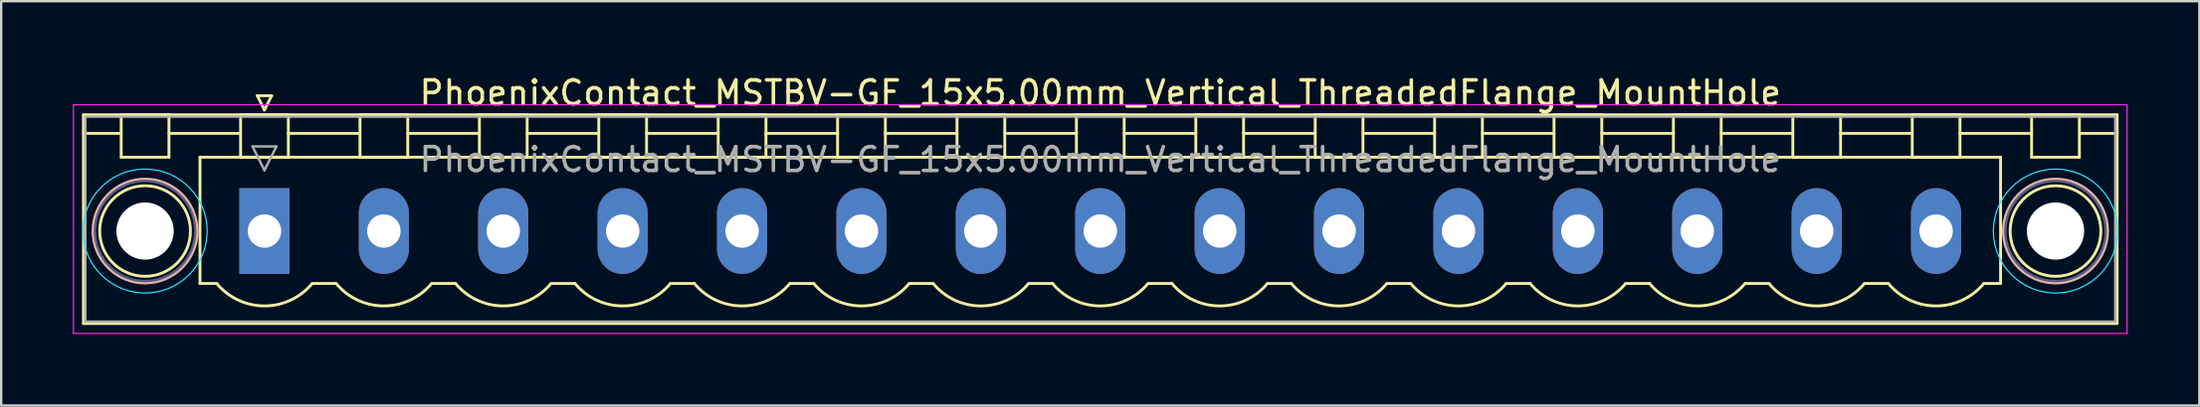
<source format=kicad_pcb>
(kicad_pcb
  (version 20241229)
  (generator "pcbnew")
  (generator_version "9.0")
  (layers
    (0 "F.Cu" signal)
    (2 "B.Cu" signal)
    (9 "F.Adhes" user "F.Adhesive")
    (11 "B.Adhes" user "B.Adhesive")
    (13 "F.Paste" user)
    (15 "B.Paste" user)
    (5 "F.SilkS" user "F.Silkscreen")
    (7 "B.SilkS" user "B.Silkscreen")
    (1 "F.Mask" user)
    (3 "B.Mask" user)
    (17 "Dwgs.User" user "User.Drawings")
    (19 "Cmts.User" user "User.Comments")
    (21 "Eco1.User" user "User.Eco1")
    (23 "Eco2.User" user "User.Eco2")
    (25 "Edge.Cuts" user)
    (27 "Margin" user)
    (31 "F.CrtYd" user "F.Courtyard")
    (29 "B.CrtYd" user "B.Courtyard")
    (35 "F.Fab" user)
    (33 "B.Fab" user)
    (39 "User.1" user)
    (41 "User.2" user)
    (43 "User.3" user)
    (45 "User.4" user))
  (footprint "PhoenixContact_MSTBV-GF_15x5.00mm_Vertical_ThreadedFlange_MountHole"
    (layer "F.Cu")
    (at 8.025 6.648)
    (property "Reference" "PhoenixContact_MSTBV-GF_15x5.00mm_Vertical_ThreadedFlange_MountHole" (at 35 -5.8 0) (layer "F.SilkS") (effects (font (size 1 1) (thickness 0.15))))
    (attr through_hole)
    (fp_line (start -7.58 -4.88) (end -7.58 3.88) (stroke (width 0.12) (type solid)) (layer "F.SilkS"))
    (fp_line (start -7.58 -4.1) (end -6.08 -4.1) (stroke (width 0.12) (type solid)) (layer "F.SilkS"))
    (fp_line (start -7.58 3.88) (end 77.58 3.88) (stroke (width 0.12) (type solid)) (layer "F.SilkS"))
    (fp_line (start -6 -4.88) (end -4 -4.88) (stroke (width 0.12) (type solid)) (layer "F.SilkS"))
    (fp_line (start -6 -3.1) (end -6 -4.88) (stroke (width 0.12) (type solid)) (layer "F.SilkS"))
    (fp_line (start -4 -4.88) (end -4 -3.1) (stroke (width 0.12) (type solid)) (layer "F.SilkS"))
    (fp_line (start -4 -4.1) (end -1 -4.1) (stroke (width 0.12) (type solid)) (layer "F.SilkS"))
    (fp_line (start -4 -3.1) (end -6 -3.1) (stroke (width 0.12) (type solid)) (layer "F.SilkS"))
    (fp_line (start -2.7 -3.1) (end 72.7 -3.1) (stroke (width 0.12) (type solid)) (layer "F.SilkS"))
    (fp_line (start -2.7 2.2) (end -2.7 -3.1) (stroke (width 0.12) (type solid)) (layer "F.SilkS"))
    (fp_line (start -2 2.2) (end -2.7 2.2) (stroke (width 0.12) (type solid)) (layer "F.SilkS"))
    (fp_line (start -1 -4.88) (end 1 -4.88) (stroke (width 0.12) (type solid)) (layer "F.SilkS"))
    (fp_line (start -1 -3.1) (end -1 -4.88) (stroke (width 0.12) (type solid)) (layer "F.SilkS"))
    (fp_line (start -0.3 -5.68) (end 0.3 -5.68) (stroke (width 0.12) (type solid)) (layer "F.SilkS"))
    (fp_line (start 0 -5.08) (end -0.3 -5.68) (stroke (width 0.12) (type solid)) (layer "F.SilkS"))
    (fp_line (start 0.3 -5.68) (end 0 -5.08) (stroke (width 0.12) (type solid)) (layer "F.SilkS"))
    (fp_line (start 1 -4.88) (end 1 -3.1) (stroke (width 0.12) (type solid)) (layer "F.SilkS"))
    (fp_line (start 1 -4.1) (end 4 -4.1) (stroke (width 0.12) (type solid)) (layer "F.SilkS"))
    (fp_line (start 1 -3.1) (end -1 -3.1) (stroke (width 0.12) (type solid)) (layer "F.SilkS"))
    (fp_line (start 2 2.2) (end 3 2.2) (stroke (width 0.12) (type solid)) (layer "F.SilkS"))
    (fp_line (start 4 -4.88) (end 6 -4.88) (stroke (width 0.12) (type solid)) (layer "F.SilkS"))
    (fp_line (start 4 -3.1) (end 4 -4.88) (stroke (width 0.12) (type solid)) (layer "F.SilkS"))
    (fp_line (start 6 -4.88) (end 6 -3.1) (stroke (width 0.12) (type solid)) (layer "F.SilkS"))
    (fp_line (start 6 -4.1) (end 9 -4.1) (stroke (width 0.12) (type solid)) (layer "F.SilkS"))
    (fp_line (start 6 -3.1) (end 4 -3.1) (stroke (width 0.12) (type solid)) (layer "F.SilkS"))
    (fp_line (start 7 2.2) (end 8 2.2) (stroke (width 0.12) (type solid)) (layer "F.SilkS"))
    (fp_line (start 9 -4.88) (end 11 -4.88) (stroke (width 0.12) (type solid)) (layer "F.SilkS"))
    (fp_line (start 9 -3.1) (end 9 -4.88) (stroke (width 0.12) (type solid)) (layer "F.SilkS"))
    (fp_line (start 11 -4.88) (end 11 -3.1) (stroke (width 0.12) (type solid)) (layer "F.SilkS"))
    (fp_line (start 11 -4.1) (end 14 -4.1) (stroke (width 0.12) (type solid)) (layer "F.SilkS"))
    (fp_line (start 11 -3.1) (end 9 -3.1) (stroke (width 0.12) (type solid)) (layer "F.SilkS"))
    (fp_line (start 12 2.2) (end 13 2.2) (stroke (width 0.12) (type solid)) (layer "F.SilkS"))
    (fp_line (start 14 -4.88) (end 16 -4.88) (stroke (width 0.12) (type solid)) (layer "F.SilkS"))
    (fp_line (start 14 -3.1) (end 14 -4.88) (stroke (width 0.12) (type solid)) (layer "F.SilkS"))
    (fp_line (start 16 -4.88) (end 16 -3.1) (stroke (width 0.12) (type solid)) (layer "F.SilkS"))
    (fp_line (start 16 -4.1) (end 19 -4.1) (stroke (width 0.12) (type solid)) (layer "F.SilkS"))
    (fp_line (start 16 -3.1) (end 14 -3.1) (stroke (width 0.12) (type solid)) (layer "F.SilkS"))
    (fp_line (start 17 2.2) (end 18 2.2) (stroke (width 0.12) (type solid)) (layer "F.SilkS"))
    (fp_line (start 19 -4.88) (end 21 -4.88) (stroke (width 0.12) (type solid)) (layer "F.SilkS"))
    (fp_line (start 19 -3.1) (end 19 -4.88) (stroke (width 0.12) (type solid)) (layer "F.SilkS"))
    (fp_line (start 21 -4.88) (end 21 -3.1) (stroke (width 0.12) (type solid)) (layer "F.SilkS"))
    (fp_line (start 21 -4.1) (end 24 -4.1) (stroke (width 0.12) (type solid)) (layer "F.SilkS"))
    (fp_line (start 21 -3.1) (end 19 -3.1) (stroke (width 0.12) (type solid)) (layer "F.SilkS"))
    (fp_line (start 22 2.2) (end 23 2.2) (stroke (width 0.12) (type solid)) (layer "F.SilkS"))
    (fp_line (start 24 -4.88) (end 26 -4.88) (stroke (width 0.12) (type solid)) (layer "F.SilkS"))
    (fp_line (start 24 -3.1) (end 24 -4.88) (stroke (width 0.12) (type solid)) (layer "F.SilkS"))
    (fp_line (start 26 -4.88) (end 26 -3.1) (stroke (width 0.12) (type solid)) (layer "F.SilkS"))
    (fp_line (start 26 -4.1) (end 29 -4.1) (stroke (width 0.12) (type solid)) (layer "F.SilkS"))
    (fp_line (start 26 -3.1) (end 24 -3.1) (stroke (width 0.12) (type solid)) (layer "F.SilkS"))
    (fp_line (start 27 2.2) (end 28 2.2) (stroke (width 0.12) (type solid)) (layer "F.SilkS"))
    (fp_line (start 29 -4.88) (end 31 -4.88) (stroke (width 0.12) (type solid)) (layer "F.SilkS"))
    (fp_line (start 29 -3.1) (end 29 -4.88) (stroke (width 0.12) (type solid)) (layer "F.SilkS"))
    (fp_line (start 31 -4.88) (end 31 -3.1) (stroke (width 0.12) (type solid)) (layer "F.SilkS"))
    (fp_line (start 31 -4.1) (end 34 -4.1) (stroke (width 0.12) (type solid)) (layer "F.SilkS"))
    (fp_line (start 31 -3.1) (end 29 -3.1) (stroke (width 0.12) (type solid)) (layer "F.SilkS"))
    (fp_line (start 32 2.2) (end 33 2.2) (stroke (width 0.12) (type solid)) (layer "F.SilkS"))
    (fp_line (start 34 -4.88) (end 36 -4.88) (stroke (width 0.12) (type solid)) (layer "F.SilkS"))
    (fp_line (start 34 -3.1) (end 34 -4.88) (stroke (width 0.12) (type solid)) (layer "F.SilkS"))
    (fp_line (start 36 -4.88) (end 36 -3.1) (stroke (width 0.12) (type solid)) (layer "F.SilkS"))
    (fp_line (start 36 -4.1) (end 39 -4.1) (stroke (width 0.12) (type solid)) (layer "F.SilkS"))
    (fp_line (start 36 -3.1) (end 34 -3.1) (stroke (width 0.12) (type solid)) (layer "F.SilkS"))
    (fp_line (start 37 2.2) (end 38 2.2) (stroke (width 0.12) (type solid)) (layer "F.SilkS"))
    (fp_line (start 39 -4.88) (end 41 -4.88) (stroke (width 0.12) (type solid)) (layer "F.SilkS"))
    (fp_line (start 39 -3.1) (end 39 -4.88) (stroke (width 0.12) (type solid)) (layer "F.SilkS"))
    (fp_line (start 41 -4.88) (end 41 -3.1) (stroke (width 0.12) (type solid)) (layer "F.SilkS"))
    (fp_line (start 41 -4.1) (end 44 -4.1) (stroke (width 0.12) (type solid)) (layer "F.SilkS"))
    (fp_line (start 41 -3.1) (end 39 -3.1) (stroke (width 0.12) (type solid)) (layer "F.SilkS"))
    (fp_line (start 42 2.2) (end 43 2.2) (stroke (width 0.12) (type solid)) (layer "F.SilkS"))
    (fp_line (start 44 -4.88) (end 46 -4.88) (stroke (width 0.12) (type solid)) (layer "F.SilkS"))
    (fp_line (start 44 -3.1) (end 44 -4.88) (stroke (width 0.12) (type solid)) (layer "F.SilkS"))
    (fp_line (start 46 -4.88) (end 46 -3.1) (stroke (width 0.12) (type solid)) (layer "F.SilkS"))
    (fp_line (start 46 -4.1) (end 49 -4.1) (stroke (width 0.12) (type solid)) (layer "F.SilkS"))
    (fp_line (start 46 -3.1) (end 44 -3.1) (stroke (width 0.12) (type solid)) (layer "F.SilkS"))
    (fp_line (start 47 2.2) (end 48 2.2) (stroke (width 0.12) (type solid)) (layer "F.SilkS"))
    (fp_line (start 49 -4.88) (end 51 -4.88) (stroke (width 0.12) (type solid)) (layer "F.SilkS"))
    (fp_line (start 49 -3.1) (end 49 -4.88) (stroke (width 0.12) (type solid)) (layer "F.SilkS"))
    (fp_line (start 51 -4.88) (end 51 -3.1) (stroke (width 0.12) (type solid)) (layer "F.SilkS"))
    (fp_line (start 51 -4.1) (end 54 -4.1) (stroke (width 0.12) (type solid)) (layer "F.SilkS"))
    (fp_line (start 51 -3.1) (end 49 -3.1) (stroke (width 0.12) (type solid)) (layer "F.SilkS"))
    (fp_line (start 52 2.2) (end 53 2.2) (stroke (width 0.12) (type solid)) (layer "F.SilkS"))
    (fp_line (start 54 -4.88) (end 56 -4.88) (stroke (width 0.12) (type solid)) (layer "F.SilkS"))
    (fp_line (start 54 -3.1) (end 54 -4.88) (stroke (width 0.12) (type solid)) (layer "F.SilkS"))
    (fp_line (start 56 -4.88) (end 56 -3.1) (stroke (width 0.12) (type solid)) (layer "F.SilkS"))
    (fp_line (start 56 -4.1) (end 59 -4.1) (stroke (width 0.12) (type solid)) (layer "F.SilkS"))
    (fp_line (start 56 -3.1) (end 54 -3.1) (stroke (width 0.12) (type solid)) (layer "F.SilkS"))
    (fp_line (start 57 2.2) (end 58 2.2) (stroke (width 0.12) (type solid)) (layer "F.SilkS"))
    (fp_line (start 59 -4.88) (end 61 -4.88) (stroke (width 0.12) (type solid)) (layer "F.SilkS"))
    (fp_line (start 59 -3.1) (end 59 -4.88) (stroke (width 0.12) (type solid)) (layer "F.SilkS"))
    (fp_line (start 61 -4.88) (end 61 -3.1) (stroke (width 0.12) (type solid)) (layer "F.SilkS"))
    (fp_line (start 61 -4.1) (end 64 -4.1) (stroke (width 0.12) (type solid)) (layer "F.SilkS"))
    (fp_line (start 61 -3.1) (end 59 -3.1) (stroke (width 0.12) (type solid)) (layer "F.SilkS"))
    (fp_line (start 62 2.2) (end 63 2.2) (stroke (width 0.12) (type solid)) (layer "F.SilkS"))
    (fp_line (start 64 -4.88) (end 66 -4.88) (stroke (width 0.12) (type solid)) (layer "F.SilkS"))
    (fp_line (start 64 -3.1) (end 64 -4.88) (stroke (width 0.12) (type solid)) (layer "F.SilkS"))
    (fp_line (start 66 -4.88) (end 66 -3.1) (stroke (width 0.12) (type solid)) (layer "F.SilkS"))
    (fp_line (start 66 -4.1) (end 69 -4.1) (stroke (width 0.12) (type solid)) (layer "F.SilkS"))
    (fp_line (start 66 -3.1) (end 64 -3.1) (stroke (width 0.12) (type solid)) (layer "F.SilkS"))
    (fp_line (start 67 2.2) (end 68 2.2) (stroke (width 0.12) (type solid)) (layer "F.SilkS"))
    (fp_line (start 69 -4.88) (end 71 -4.88) (stroke (width 0.12) (type solid)) (layer "F.SilkS"))
    (fp_line (start 69 -3.1) (end 69 -4.88) (stroke (width 0.12) (type solid)) (layer "F.SilkS"))
    (fp_line (start 71 -4.88) (end 71 -3.1) (stroke (width 0.12) (type solid)) (layer "F.SilkS"))
    (fp_line (start 71 -4.1) (end 74 -4.1) (stroke (width 0.12) (type solid)) (layer "F.SilkS"))
    (fp_line (start 71 -3.1) (end 69 -3.1) (stroke (width 0.12) (type solid)) (layer "F.SilkS"))
    (fp_line (start 72.7 -3.1) (end 72.7 2.2) (stroke (width 0.12) (type solid)) (layer "F.SilkS"))
    (fp_line (start 72.7 2.2) (end 72 2.2) (stroke (width 0.12) (type solid)) (layer "F.SilkS"))
    (fp_line (start 74 -4.88) (end 76 -4.88) (stroke (width 0.12) (type solid)) (layer "F.SilkS"))
    (fp_line (start 74 -3.1) (end 74 -4.88) (stroke (width 0.12) (type solid)) (layer "F.SilkS"))
    (fp_line (start 76 -4.88) (end 76 -3.1) (stroke (width 0.12) (type solid)) (layer "F.SilkS"))
    (fp_line (start 76 -3.1) (end 74 -3.1) (stroke (width 0.12) (type solid)) (layer "F.SilkS"))
    (fp_line (start 77.58 -4.88) (end -7.58 -4.88) (stroke (width 0.12) (type solid)) (layer "F.SilkS"))
    (fp_line (start 77.58 -4.1) (end 76.08 -4.1) (stroke (width 0.12) (type solid)) (layer "F.SilkS"))
    (fp_line (start 77.58 3.88) (end 77.58 -4.88) (stroke (width 0.12) (type solid)) (layer "F.SilkS"))
    (fp_arc (start 1.986842 2.215821) (mid -0.010289 3.142758) (end -2 2.2) (stroke (width 0.12) (type solid)) (layer "F.SilkS"))
    (fp_arc (start 6.986842 2.215821) (mid 4.989711 3.142758) (end 3 2.2) (stroke (width 0.12) (type solid)) (layer "F.SilkS"))
    (fp_arc (start 11.986842 2.215821) (mid 9.989711 3.142758) (end 8 2.2) (stroke (width 0.12) (type solid)) (layer "F.SilkS"))
    (fp_arc (start 16.986842 2.215821) (mid 14.989711 3.142758) (end 13 2.2) (stroke (width 0.12) (type solid)) (layer "F.SilkS"))
    (fp_arc (start 21.986842 2.215821) (mid 19.989711 3.142758) (end 18 2.2) (stroke (width 0.12) (type solid)) (layer "F.SilkS"))
    (fp_arc (start 26.986842 2.215821) (mid 24.989711 3.142758) (end 23 2.2) (stroke (width 0.12) (type solid)) (layer "F.SilkS"))
    (fp_arc (start 31.986842 2.215821) (mid 29.989711 3.142758) (end 28 2.2) (stroke (width 0.12) (type solid)) (layer "F.SilkS"))
    (fp_arc (start 36.986842 2.215821) (mid 34.989711 3.142758) (end 33 2.2) (stroke (width 0.12) (type solid)) (layer "F.SilkS"))
    (fp_arc (start 41.986842 2.215821) (mid 39.989711 3.142758) (end 38 2.2) (stroke (width 0.12) (type solid)) (layer "F.SilkS"))
    (fp_arc (start 46.986842 2.215821) (mid 44.989711 3.142758) (end 43 2.2) (stroke (width 0.12) (type solid)) (layer "F.SilkS"))
    (fp_arc (start 51.986842 2.215821) (mid 49.989711 3.142758) (end 48 2.2) (stroke (width 0.12) (type solid)) (layer "F.SilkS"))
    (fp_arc (start 56.986842 2.215821) (mid 54.989711 3.142758) (end 53 2.2) (stroke (width 0.12) (type solid)) (layer "F.SilkS"))
    (fp_arc (start 61.986842 2.215821) (mid 59.989711 3.142758) (end 58 2.2) (stroke (width 0.12) (type solid)) (layer "F.SilkS"))
    (fp_arc (start 66.986842 2.215821) (mid 64.989711 3.142758) (end 63 2.2) (stroke (width 0.12) (type solid)) (layer "F.SilkS"))
    (fp_arc (start 71.986842 2.215821) (mid 69.989711 3.142758) (end 68 2.2) (stroke (width 0.12) (type solid)) (layer "F.SilkS"))
    (fp_circle (center -5 0) (end -3.1 0) (stroke (width 0.12) (type solid)) (fill no) (layer "F.SilkS"))
    (fp_circle (center 75 0) (end 76.9 0) (stroke (width 0.12) (type solid)) (fill no) (layer "F.SilkS"))
    (fp_circle (center -5 0) (end -2.82 0) (stroke (width 0.12) (type solid)) (fill no) (layer "B.SilkS"))
    (fp_circle (center 75 0) (end 77.18 0) (stroke (width 0.12) (type solid)) (fill no) (layer "B.SilkS"))
    (fp_circle (center -5 0) (end -2.4 0) (stroke (width 0.05) (type solid)) (fill no) (layer "B.CrtYd"))
    (fp_circle (center 75 0) (end 77.6 0) (stroke (width 0.05) (type solid)) (fill no) (layer "B.CrtYd"))
    (fp_line (start -8 -5.3) (end -8 4.3) (stroke (width 0.05) (type solid)) (layer "F.CrtYd"))
    (fp_line (start -8 4.3) (end 78 4.3) (stroke (width 0.05) (type solid)) (layer "F.CrtYd"))
    (fp_line (start 78 -5.3) (end -8 -5.3) (stroke (width 0.05) (type solid)) (layer "F.CrtYd"))
    (fp_line (start 78 4.3) (end 78 -5.3) (stroke (width 0.05) (type solid)) (layer "F.CrtYd"))
    (fp_circle (center -5 0) (end -2.9 0) (stroke (width 0.1) (type solid)) (fill no) (layer "B.Fab"))
    (fp_circle (center 75 0) (end 77.1 0) (stroke (width 0.1) (type solid)) (fill no) (layer "B.Fab"))
    (fp_line (start -7.5 -4.8) (end -7.5 3.8) (stroke (width 0.1) (type solid)) (layer "F.Fab"))
    (fp_line (start -7.5 3.8) (end 77.5 3.8) (stroke (width 0.1) (type solid)) (layer "F.Fab"))
    (fp_line (start -0.5 -3.55) (end 0.5 -3.55) (stroke (width 0.1) (type solid)) (layer "F.Fab"))
    (fp_line (start 0 -2.55) (end -0.5 -3.55) (stroke (width 0.1) (type solid)) (layer "F.Fab"))
    (fp_line (start 0.5 -3.55) (end 0 -2.55) (stroke (width 0.1) (type solid)) (layer "F.Fab"))
    (fp_line (start 77.5 -4.8) (end -7.5 -4.8) (stroke (width 0.1) (type solid)) (layer "F.Fab"))
    (fp_line (start 77.5 3.8) (end 77.5 -4.8) (stroke (width 0.1) (type solid)) (layer "F.Fab"))
    (fp_text user "${REFERENCE}" (at 35 -3 0) (layer "F.Fab") (effects (font (size 1 1) (thickness 0.15))))
    (pad "" np_thru_hole circle (at -5 0) (size 2.4 2.4) (drill 2.4) (layers "*.Cu" "*.Mask"))
    (pad "" np_thru_hole circle (at 75 0) (size 2.4 2.4) (drill 2.4) (layers "*.Cu" "*.Mask"))
    (pad "1" thru_hole rect (at 0 0) (size 2.1 3.6) (drill 1.4) (layers "*.Cu" "*.Mask"))
    (pad "2" thru_hole oval (at 5 0) (size 2.1 3.6) (drill 1.4) (layers "*.Cu" "*.Mask"))
    (pad "3" thru_hole oval (at 10 0) (size 2.1 3.6) (drill 1.4) (layers "*.Cu" "*.Mask"))
    (pad "4" thru_hole oval (at 15 0) (size 2.1 3.6) (drill 1.4) (layers "*.Cu" "*.Mask"))
    (pad "5" thru_hole oval (at 20 0) (size 2.1 3.6) (drill 1.4) (layers "*.Cu" "*.Mask"))
    (pad "6" thru_hole oval (at 25 0) (size 2.1 3.6) (drill 1.4) (layers "*.Cu" "*.Mask"))
    (pad "7" thru_hole oval (at 30 0) (size 2.1 3.6) (drill 1.4) (layers "*.Cu" "*.Mask"))
    (pad "8" thru_hole oval (at 35 0) (size 2.1 3.6) (drill 1.4) (layers "*.Cu" "*.Mask"))
    (pad "9" thru_hole oval (at 40 0) (size 2.1 3.6) (drill 1.4) (layers "*.Cu" "*.Mask"))
    (pad "10" thru_hole oval (at 45 0) (size 2.1 3.6) (drill 1.4) (layers "*.Cu" "*.Mask"))
    (pad "11" thru_hole oval (at 50 0) (size 2.1 3.6) (drill 1.4) (layers "*.Cu" "*.Mask"))
    (pad "12" thru_hole oval (at 55 0) (size 2.1 3.6) (drill 1.4) (layers "*.Cu" "*.Mask"))
    (pad "13" thru_hole oval (at 60 0) (size 2.1 3.6) (drill 1.4) (layers "*.Cu" "*.Mask"))
    (pad "14" thru_hole oval (at 65 0) (size 2.1 3.6) (drill 1.4) (layers "*.Cu" "*.Mask"))
    (pad "15" thru_hole oval (at 70 0) (size 2.1 3.6) (drill 1.4) (layers "*.Cu" "*.Mask")))
  (gr_rect
    (start -3 -3)
    (end 89.05 13.973)
    (stroke (width 0.1) (type default))
    (fill no)
    (layer "Edge.Cuts")))
</source>
